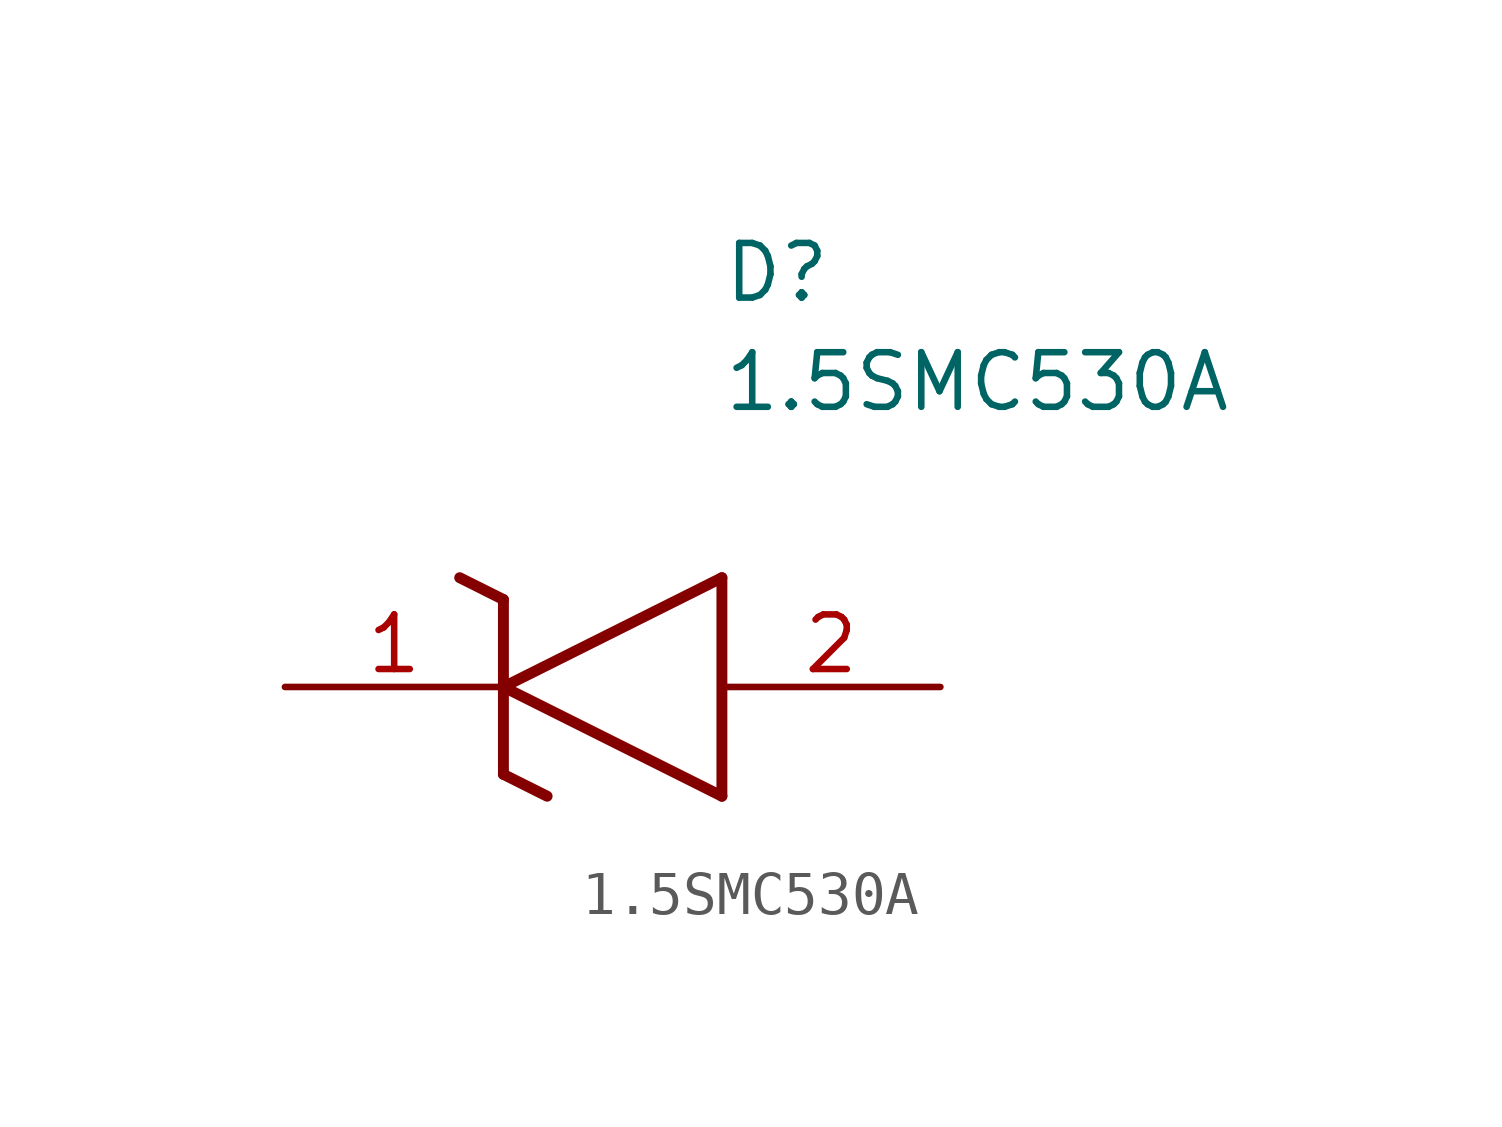
<source format=kicad_sym>
(kicad_symbol_lib
  (version 20211014)
  (generator SamacSys_ECAD_Model)
  (symbol "1.5SMC530A"
    (pin_names hide)
    (property "Reference" "D"
      (at 10.16 8.89 0)
      (effects (font (size 1.27 1.27)) (justify left bottom)))
    (property "Value" "1.5SMC530A"
      (at 10.16 6.35 0)
      (effects (font (size 1.27 1.27)) (justify left bottom)))
    (polyline
      (pts (xy 5.08 0) (xy 10.16 2.54))
      (stroke (width 0.254) (type default))
      (fill (type none)))
    (polyline
      (pts (xy 10.16 -2.54) (xy 10.16 2.54))
      (stroke (width 0.254) (type default))
      (fill (type none)))
    (polyline
      (pts (xy 10.16 -2.54) (xy 5.08 0))
      (stroke (width 0.254) (type default))
      (fill (type none)))
    (polyline
      (pts (xy 5.08 -2.032) (xy 6.096 -2.54))
      (stroke (width 0.254) (type default))
      (fill (type none)))
    (polyline
      (pts (xy 5.08 -2.032) (xy 5.08 2.032))
      (stroke (width 0.254) (type default))
      (fill (type none)))
    (polyline
      (pts (xy 4.064 2.54) (xy 5.08 2.032))
      (stroke (width 0.254) (type default))
      (fill (type none)))
    (pin passive line
      (at 0 0 0)
      (length 5.08)
      (name "K" (effects (font (size 1.27 1.27))))
      (number "1" (effects (font (size 1.27 1.27)))))
    (pin passive line
      (at 15.24 0 180)
      (length 5.08)
      (name "A" (effects (font (size 1.27 1.27))))
      (number "2" (effects (font (size 1.27 1.27)))))))
</source>
